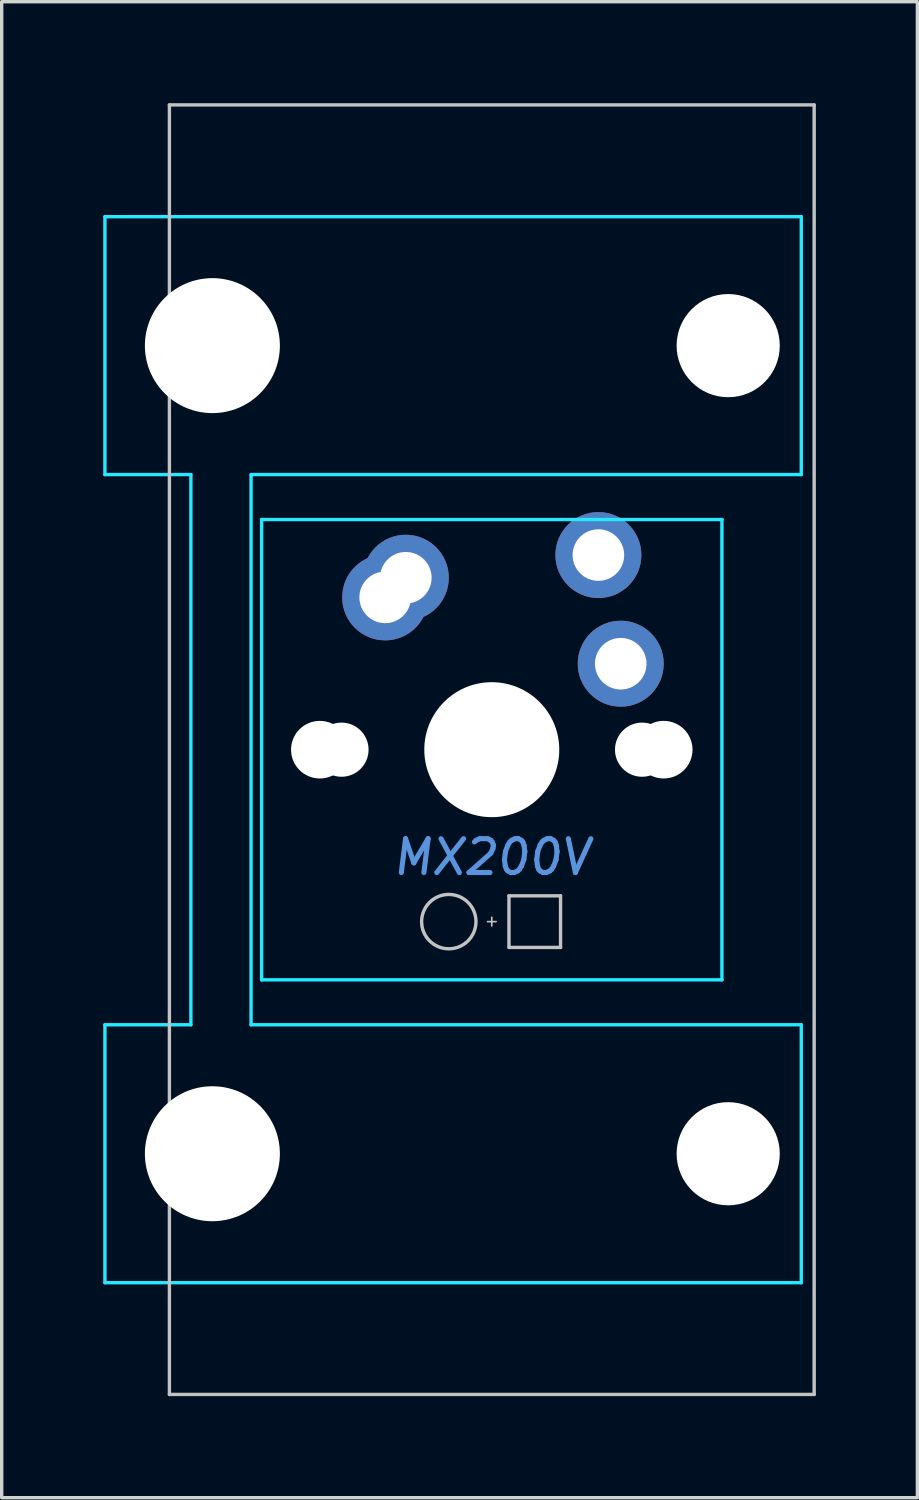
<source format=kicad_pcb>
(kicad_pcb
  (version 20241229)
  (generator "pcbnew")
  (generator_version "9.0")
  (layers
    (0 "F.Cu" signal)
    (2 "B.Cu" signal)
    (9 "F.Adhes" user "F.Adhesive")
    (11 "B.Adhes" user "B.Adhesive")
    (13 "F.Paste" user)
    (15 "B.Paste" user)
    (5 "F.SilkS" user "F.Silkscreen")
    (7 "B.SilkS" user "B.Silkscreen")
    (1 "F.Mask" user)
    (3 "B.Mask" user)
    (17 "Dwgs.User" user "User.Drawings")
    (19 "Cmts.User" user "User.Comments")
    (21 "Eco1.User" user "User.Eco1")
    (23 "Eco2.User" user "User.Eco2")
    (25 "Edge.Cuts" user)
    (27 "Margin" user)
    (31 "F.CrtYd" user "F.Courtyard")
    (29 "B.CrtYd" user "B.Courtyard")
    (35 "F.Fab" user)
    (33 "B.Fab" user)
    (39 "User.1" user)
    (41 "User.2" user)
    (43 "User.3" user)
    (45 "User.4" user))
  (footprint "MX200V"
    (layer "F.Cu")
    (at 11.48 19.1)
    (property "Reference" "MX200V" (at 0 3.175 0) (layer "Cmts.User") (effects (font (size 1 1) (thickness 0.15) (italic yes))))
    (attr through_hole)
    (fp_line (start -9.525 -19.05) (end -9.525 19.05) (stroke (width 0.1) (type solid)) (layer "Dwgs.User"))
    (fp_line (start -0.127 5.08) (end 0.127 5.08) (stroke (width 0.05) (type solid)) (layer "Dwgs.User"))
    (fp_line (start 0 5.207) (end 0 4.953) (stroke (width 0.05) (type solid)) (layer "Dwgs.User"))
    (fp_line (start 0.508 4.318) (end 0.508 5.842) (stroke (width 0.1) (type solid)) (layer "Dwgs.User"))
    (fp_line (start 0.508 4.318) (end 2.032 4.318) (stroke (width 0.1) (type solid)) (layer "Dwgs.User"))
    (fp_line (start 0.508 5.842) (end 2.032 5.842) (stroke (width 0.1) (type solid)) (layer "Dwgs.User"))
    (fp_line (start 2.032 5.842) (end 2.032 4.318) (stroke (width 0.1) (type solid)) (layer "Dwgs.User"))
    (fp_line (start 9.525 -19.05) (end -9.525 -19.05) (stroke (width 0.1) (type solid)) (layer "Dwgs.User"))
    (fp_line (start 9.525 -19.05) (end 9.525 19.05) (stroke (width 0.1) (type solid)) (layer "Dwgs.User"))
    (fp_line (start 9.525 19.05) (end -9.525 19.05) (stroke (width 0.1) (type solid)) (layer "Dwgs.User"))
    (fp_circle (center -1.27 5.08) (end -0.467 5.08) (stroke (width 0.1) (type solid)) (fill no) (layer "Dwgs.User"))
    (fp_line (start -7.772 -11.684) (end -7.772 -13.97) (stroke (width 0.1) (type solid)) (layer "Eco1.User"))
    (fp_line (start -7.772 11.684) (end -7.772 13.97) (stroke (width 0.1) (type solid)) (layer "Eco1.User"))
    (fp_line (start -7.391 -14.351) (end -6.985 -14.351) (stroke (width 0.1) (type solid)) (layer "Eco1.User"))
    (fp_line (start -7.391 14.351) (end -6.985 14.351) (stroke (width 0.1) (type solid)) (layer "Eco1.User"))
    (fp_line (start -6.985 -11.303) (end -7.391 -11.303) (stroke (width 0.1) (type solid)) (layer "Eco1.User"))
    (fp_line (start -6.985 11.303) (end -7.391 11.303) (stroke (width 0.1) (type solid)) (layer "Eco1.User"))
    (fp_line (start -6.985 6.604) (end -6.985 -6.604) (stroke (width 0.1) (type solid)) (layer "Eco1.User"))
    (fp_line (start -6.604 -14.732) (end -6.604 -15.773) (stroke (width 0.1) (type solid)) (layer "Eco1.User"))
    (fp_line (start -6.604 -9.881) (end -6.604 -10.922) (stroke (width 0.1) (type solid)) (layer "Eco1.User"))
    (fp_line (start -6.604 9.881) (end -6.604 10.922) (stroke (width 0.1) (type solid)) (layer "Eco1.User"))
    (fp_line (start -6.604 14.732) (end -6.604 15.773) (stroke (width 0.1) (type solid)) (layer "Eco1.User"))
    (fp_line (start -6.604 -6.985) (end -6.197 -6.985) (stroke (width 0.1) (type solid)) (layer "Eco1.User"))
    (fp_line (start -6.604 6.985) (end -6.197 6.985) (stroke (width 0.1) (type solid)) (layer "Eco1.User"))
    (fp_line (start -6.223 -16.154) (end 0.127 -16.154) (stroke (width 0.1) (type solid)) (layer "Eco1.User"))
    (fp_line (start -6.223 16.154) (end 0.127 16.154) (stroke (width 0.1) (type solid)) (layer "Eco1.User"))
    (fp_line (start -6.198 -9.5) (end -6.223 -9.5) (stroke (width 0.1) (type solid)) (layer "Eco1.User"))
    (fp_line (start -6.198 9.5) (end -6.223 9.5) (stroke (width 0.1) (type solid)) (layer "Eco1.User"))
    (fp_line (start -5.817 -7.366) (end -5.817 -9.119) (stroke (width 0.1) (type solid)) (layer "Eco1.User"))
    (fp_line (start -5.817 7.366) (end -5.817 9.119) (stroke (width 0.1) (type solid)) (layer "Eco1.User"))
    (fp_line (start 0 2.159) (end 0 -2.159) (stroke (width 0.1) (type solid)) (layer "Eco1.User"))
    (fp_line (start 0.508 -16.535) (end 0.508 -16.789) (stroke (width 0.1) (type solid)) (layer "Eco1.User"))
    (fp_line (start 0.508 16.535) (end 0.508 16.789) (stroke (width 0.1) (type solid)) (layer "Eco1.User"))
    (fp_line (start 0.889 -17.17) (end 2.921 -17.17) (stroke (width 0.1) (type solid)) (layer "Eco1.User"))
    (fp_line (start 0.889 17.17) (end 2.921 17.17) (stroke (width 0.1) (type solid)) (layer "Eco1.User"))
    (fp_line (start 2.159 0) (end -2.159 0) (stroke (width 0.1) (type solid)) (layer "Eco1.User"))
    (fp_line (start 3.302 -16.789) (end 3.302 -16.535) (stroke (width 0.1) (type solid)) (layer "Eco1.User"))
    (fp_line (start 3.302 16.789) (end 3.302 16.535) (stroke (width 0.1) (type solid)) (layer "Eco1.User"))
    (fp_line (start 3.683 -16.154) (end 5.309 -16.154) (stroke (width 0.1) (type solid)) (layer "Eco1.User"))
    (fp_line (start 3.683 16.154) (end 5.309 16.154) (stroke (width 0.1) (type solid)) (layer "Eco1.User"))
    (fp_line (start 4.877 -9.119) (end 4.877 -7.366) (stroke (width 0.1) (type solid)) (layer "Eco1.User"))
    (fp_line (start 4.877 9.119) (end 4.877 7.366) (stroke (width 0.1) (type solid)) (layer "Eco1.User"))
    (fp_line (start 5.258 -6.985) (end 6.604 -6.985) (stroke (width 0.1) (type solid)) (layer "Eco1.User"))
    (fp_line (start 5.258 6.985) (end 6.604 6.985) (stroke (width 0.1) (type solid)) (layer "Eco1.User"))
    (fp_line (start 5.309 -9.5) (end 5.258 -9.5) (stroke (width 0.1) (type solid)) (layer "Eco1.User"))
    (fp_line (start 5.309 9.5) (end 5.258 9.5) (stroke (width 0.1) (type solid)) (layer "Eco1.User"))
    (fp_line (start 5.69 -15.773) (end 5.69 -9.881) (stroke (width 0.1) (type solid)) (layer "Eco1.User"))
    (fp_line (start 5.69 15.773) (end 5.69 9.881) (stroke (width 0.1) (type solid)) (layer "Eco1.User"))
    (fp_line (start 6.985 -6.604) (end 6.985 6.604) (stroke (width 0.1) (type solid)) (layer "Eco1.User"))
    (fp_arc (start -7.7724 -13.97) (mid -7.660808 -14.239408) (end -7.3914 -14.351) (stroke (width 0.1) (type solid)) (layer "Eco1.User"))
    (fp_arc (start -7.7724 11.684) (mid -7.660808 11.414592) (end -7.3914 11.303) (stroke (width 0.1) (type solid)) (layer "Eco1.User"))
    (fp_arc (start -7.3914 -11.303) (mid -7.660808 -11.414592) (end -7.7724 -11.684) (stroke (width 0.1) (type solid)) (layer "Eco1.User"))
    (fp_arc (start -7.3914 14.351) (mid -7.660808 14.239408) (end -7.7724 13.97) (stroke (width 0.1) (type solid)) (layer "Eco1.User"))
    (fp_arc (start -6.985 -11.303) (mid -6.715592 -11.191408) (end -6.604 -10.922) (stroke (width 0.1) (type solid)) (layer "Eco1.User"))
    (fp_arc (start -6.985 -6.604) (mid -6.873408 -6.873408) (end -6.604 -6.985) (stroke (width 0.1) (type solid)) (layer "Eco1.User"))
    (fp_arc (start -6.985 14.351) (mid -6.715592 14.462592) (end -6.604 14.732) (stroke (width 0.1) (type solid)) (layer "Eco1.User"))
    (fp_arc (start -6.604 -15.7734) (mid -6.492408 -16.042808) (end -6.223 -16.1544) (stroke (width 0.1) (type solid)) (layer "Eco1.User"))
    (fp_arc (start -6.604 -14.732) (mid -6.715592 -14.462592) (end -6.985 -14.351) (stroke (width 0.1) (type solid)) (layer "Eco1.User"))
    (fp_arc (start -6.604 6.985) (mid -6.873408 6.873408) (end -6.985 6.604) (stroke (width 0.1) (type solid)) (layer "Eco1.User"))
    (fp_arc (start -6.604 9.8806) (mid -6.492408 9.611192) (end -6.223 9.4996) (stroke (width 0.1) (type solid)) (layer "Eco1.User"))
    (fp_arc (start -6.604 10.922) (mid -6.715592 11.191408) (end -6.985 11.303) (stroke (width 0.1) (type solid)) (layer "Eco1.User"))
    (fp_arc (start -6.223 -9.4996) (mid -6.492408 -9.611192) (end -6.604 -9.8806) (stroke (width 0.1) (type solid)) (layer "Eco1.User"))
    (fp_arc (start -6.223 16.1544) (mid -6.492408 16.042808) (end -6.604 15.7734) (stroke (width 0.1) (type solid)) (layer "Eco1.User"))
    (fp_arc (start -6.1976 -9.4996) (mid -5.928192 -9.388008) (end -5.8166 -9.1186) (stroke (width 0.1) (type solid)) (layer "Eco1.User"))
    (fp_arc (start -6.1976 6.985) (mid -5.928192 7.096592) (end -5.8166 7.366) (stroke (width 0.1) (type solid)) (layer "Eco1.User"))
    (fp_arc (start -5.8166 -7.366) (mid -5.928192 -7.096592) (end -6.1976 -6.985) (stroke (width 0.1) (type solid)) (layer "Eco1.User"))
    (fp_arc (start -5.8166 9.1186) (mid -5.928192 9.388008) (end -6.1976 9.4996) (stroke (width 0.1) (type solid)) (layer "Eco1.User"))
    (fp_arc (start 0.127 16.1544) (mid 0.396408 16.265992) (end 0.508 16.5354) (stroke (width 0.1) (type solid)) (layer "Eco1.User"))
    (fp_arc (start 0.508 -16.7894) (mid 0.619592 -17.058808) (end 0.889 -17.1704) (stroke (width 0.1) (type solid)) (layer "Eco1.User"))
    (fp_arc (start 0.508 -16.5354) (mid 0.396408 -16.265992) (end 0.127 -16.1544) (stroke (width 0.1) (type solid)) (layer "Eco1.User"))
    (fp_arc (start 0.889 17.1704) (mid 0.619592 17.058808) (end 0.508 16.7894) (stroke (width 0.1) (type solid)) (layer "Eco1.User"))
    (fp_arc (start 2.921 -17.1704) (mid 3.190408 -17.058808) (end 3.302 -16.7894) (stroke (width 0.1) (type solid)) (layer "Eco1.User"))
    (fp_arc (start 3.302 16.5354) (mid 3.413592 16.265992) (end 3.683 16.1544) (stroke (width 0.1) (type solid)) (layer "Eco1.User"))
    (fp_arc (start 3.302 16.7894) (mid 3.190408 17.058808) (end 2.921 17.1704) (stroke (width 0.1) (type solid)) (layer "Eco1.User"))
    (fp_arc (start 3.683 -16.1544) (mid 3.413592 -16.265992) (end 3.302 -16.5354) (stroke (width 0.1) (type solid)) (layer "Eco1.User"))
    (fp_arc (start 4.8768 -9.1186) (mid 4.988392 -9.388008) (end 5.2578 -9.4996) (stroke (width 0.1) (type solid)) (layer "Eco1.User"))
    (fp_arc (start 4.8768 7.366) (mid 4.988392 7.096592) (end 5.2578 6.985) (stroke (width 0.1) (type solid)) (layer "Eco1.User"))
    (fp_arc (start 5.2578 -6.985) (mid 4.988392 -7.096592) (end 4.8768 -7.366) (stroke (width 0.1) (type solid)) (layer "Eco1.User"))
    (fp_arc (start 5.2578 9.4996) (mid 4.988392 9.388008) (end 4.8768 9.1186) (stroke (width 0.1) (type solid)) (layer "Eco1.User"))
    (fp_arc (start 5.3086 -16.1544) (mid 5.578008 -16.042808) (end 5.6896 -15.7734) (stroke (width 0.1) (type solid)) (layer "Eco1.User"))
    (fp_arc (start 5.3086 9.4996) (mid 5.578008 9.611192) (end 5.6896 9.8806) (stroke (width 0.1) (type solid)) (layer "Eco1.User"))
    (fp_arc (start 5.6896 -9.8806) (mid 5.578008 -9.611192) (end 5.3086 -9.4996) (stroke (width 0.1) (type solid)) (layer "Eco1.User"))
    (fp_arc (start 5.6896 15.7734) (mid 5.578008 16.042808) (end 5.3086 16.1544) (stroke (width 0.1) (type solid)) (layer "Eco1.User"))
    (fp_arc (start 6.604 -6.985) (mid 6.873408 -6.873408) (end 6.985 -6.604) (stroke (width 0.1) (type solid)) (layer "Eco1.User"))
    (fp_arc (start 6.985 6.604) (mid 6.873408 6.873408) (end 6.604 6.985) (stroke (width 0.1) (type solid)) (layer "Eco1.User"))
    (fp_circle (center 0 0) (end 0 1.994) (stroke (width 0.1) (type solid)) (fill no) (layer "Eco1.User"))
    (fp_line (start -11.43 -15.748) (end 9.144 -15.748) (stroke (width 0.1) (type solid)) (layer "B.CrtYd"))
    (fp_line (start -11.43 -8.128) (end -11.43 -15.748) (stroke (width 0.1) (type solid)) (layer "B.CrtYd"))
    (fp_line (start -11.43 -8.128) (end -8.89 -8.128) (stroke (width 0.1) (type solid)) (layer "B.CrtYd"))
    (fp_line (start -11.43 8.128) (end -8.89 8.128) (stroke (width 0.1) (type solid)) (layer "B.CrtYd"))
    (fp_line (start -11.43 15.748) (end -11.43 8.128) (stroke (width 0.1) (type solid)) (layer "B.CrtYd"))
    (fp_line (start -8.89 -8.128) (end -8.89 8.128) (stroke (width 0.1) (type solid)) (layer "B.CrtYd"))
    (fp_line (start -7.112 -8.128) (end -7.112 8.128) (stroke (width 0.1) (type solid)) (layer "B.CrtYd"))
    (fp_line (start -6.8 6.8) (end -6.8 -6.8) (stroke (width 0.1) (type solid)) (layer "B.CrtYd"))
    (fp_line (start 6.8 -6.8) (end -6.8 -6.8) (stroke (width 0.1) (type solid)) (layer "B.CrtYd"))
    (fp_line (start 6.8 6.8) (end -6.8 6.8) (stroke (width 0.1) (type solid)) (layer "B.CrtYd"))
    (fp_line (start 6.8 6.8) (end 6.8 -6.8) (stroke (width 0.1) (type solid)) (layer "B.CrtYd"))
    (fp_line (start 9.144 -15.748) (end 9.144 -8.128) (stroke (width 0.1) (type solid)) (layer "B.CrtYd"))
    (fp_line (start 9.144 -8.128) (end -7.112 -8.128) (stroke (width 0.1) (type solid)) (layer "B.CrtYd"))
    (fp_line (start 9.144 8.128) (end -7.112 8.128) (stroke (width 0.1) (type solid)) (layer "B.CrtYd"))
    (fp_line (start 9.144 8.128) (end 9.144 15.748) (stroke (width 0.1) (type solid)) (layer "B.CrtYd"))
    (fp_line (start 9.144 15.748) (end -11.43 15.748) (stroke (width 0.1) (type solid)) (layer "B.CrtYd"))
    (pad "" np_thru_hole circle (at -8.255 -11.938 270) (size 3.988 3.988) (drill 3.988) (layers "*.Cu" "*.Mask"))
    (pad "" np_thru_hole circle (at -8.255 11.938 270) (size 3.988 3.988) (drill 3.988) (layers "*.Cu" "*.Mask"))
    (pad "" np_thru_hole circle (at -5.08 0) (size 1.702 1.702) (drill 1.702) (layers "*.Cu" "*.Mask"))
    (pad "" np_thru_hole circle (at -4.44 0) (size 1.6 1.6) (drill 1.6) (layers "*.Cu" "*.Mask"))
    (pad "" np_thru_hole circle (at 0 0) (size 3.988 3.988) (drill 3.988) (layers "*.Cu" "*.Mask"))
    (pad "" np_thru_hole circle (at 4.44 0) (size 1.6 1.6) (drill 1.6) (layers "*.Cu" "*.Mask"))
    (pad "" np_thru_hole circle (at 5.08 0) (size 1.702 1.702) (drill 1.702) (layers "*.Cu" "*.Mask"))
    (pad "" np_thru_hole circle (at 6.985 -11.938 270) (size 3.048 3.048) (drill 3.048) (layers "*.Cu" "*.Mask"))
    (pad "" np_thru_hole circle (at 6.985 11.938 270) (size 3.048 3.048) (drill 3.048) (layers "*.Cu" "*.Mask"))
    (pad "1" thru_hole circle (at -3.15 -4.5) (size 2.54 2.54) (drill 1.524) (layers "*.Cu" "*.Mask"))
    (pad "1" thru_hole circle (at -2.54 -5.08) (size 2.54 2.54) (drill 1.524) (layers "*.Cu" "*.Mask"))
    (pad "2" thru_hole circle (at 3.15 -5.75) (size 2.54 2.54) (drill 1.524) (layers "*.Cu" "*.Mask"))
    (pad "2" thru_hole circle (at 3.81 -2.54) (size 2.54 2.54) (drill 1.524) (layers "*.Cu" "*.Mask")))
  (gr_rect
    (start -3 -3)
    (end 24.055 41.2)
    (stroke (width 0.1) (type default))
    (fill no)
    (layer "Edge.Cuts")))
</source>
